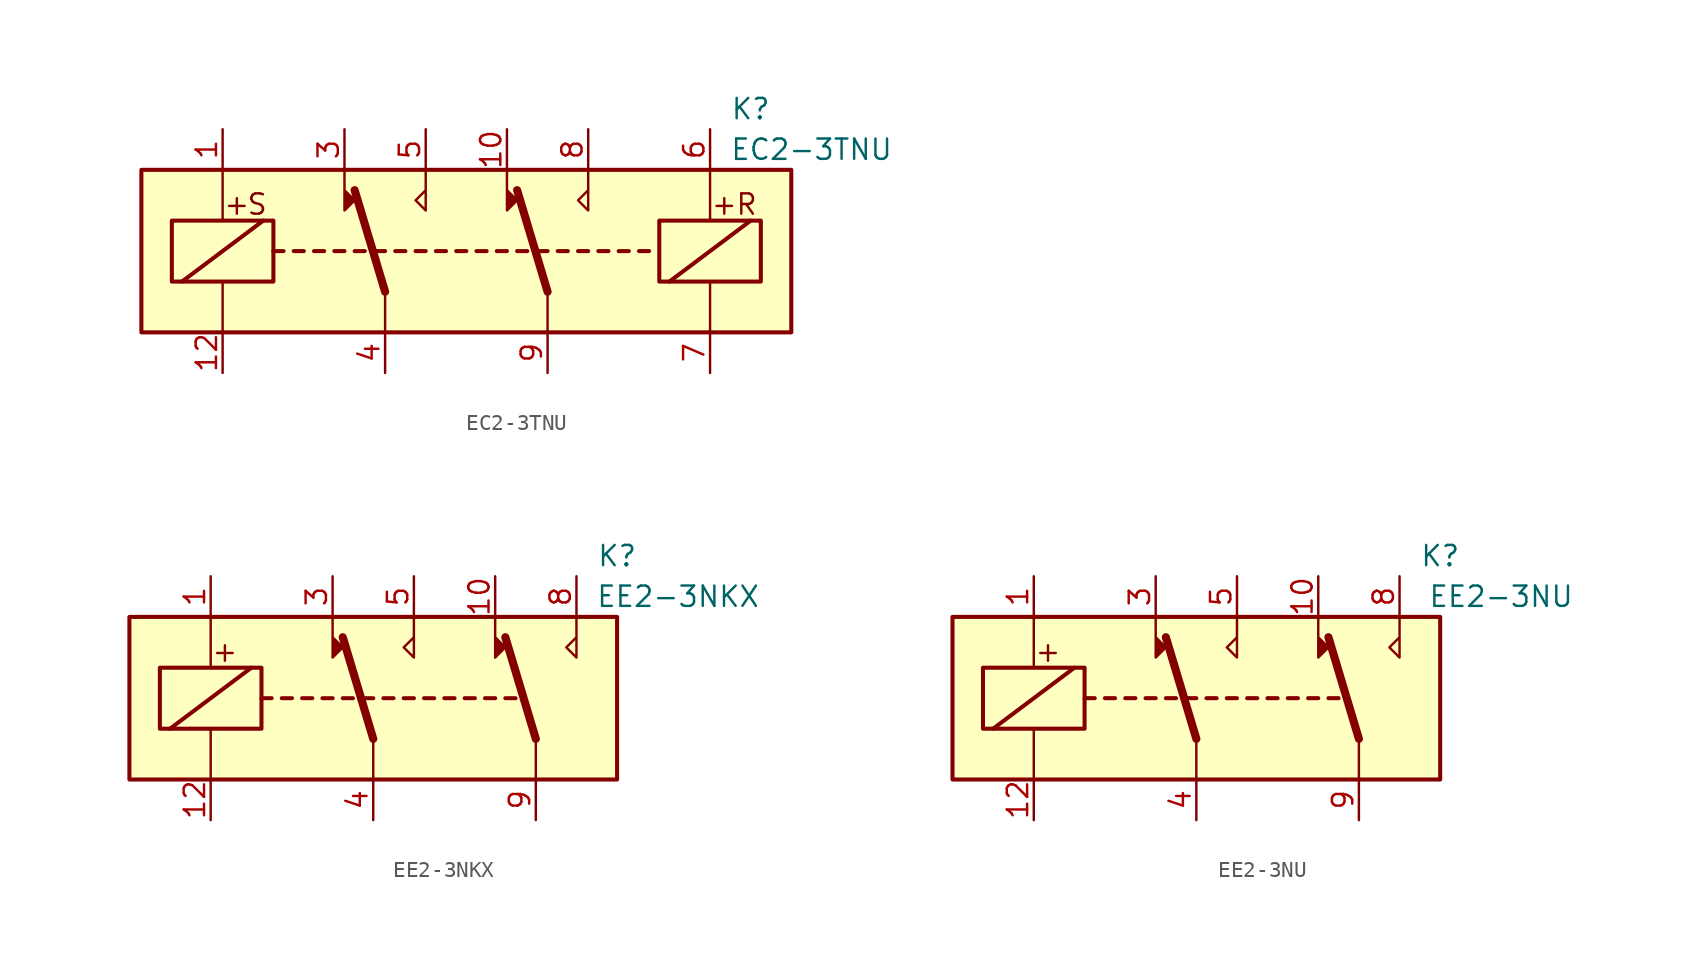
<source format=kicad_sym>
(kicad_symbol_lib
  (version 20201005)
  (generator kicad_symbol_editor)
  (symbol "Relay:EC2-3TNU"
    (property "Reference" "K"
      (at 17.78 8.89 0)
      (effects (font (size 1.27 1.27))))
    (property "Value" "EC2-3TNU"
      (at 21.59 6.35 0)
      (effects (font (size 1.27 1.27))))
    (symbol "EC2-3TNU_1_1"
      (text "+" (at -14.351 2.921 0) (effects (font (size 1.27 1.27))))
      (text "+" (at 16.129 2.921 0) (effects (font (size 1.27 1.27))))
      (text "R" (at 17.526 2.921 0) (effects (font (size 1.27 1.27))))
      (text "S" (at -13.081 2.921 0) (effects (font (size 1.27 1.27))))
      (rectangle (start -20.32 5.08) (end 20.32 -5.08) (stroke (width 0.254)) (fill (type background)))
      (rectangle (start -18.415 1.905) (end -12.065 -1.905) (stroke (width 0.254)) (fill (type none)))
      (rectangle (start 12.065 1.905) (end 18.415 -1.905) (stroke (width 0.254)) (fill (type none)))
      (polyline (pts (xy -17.78 -1.905) (xy -12.7 1.905)) (stroke (width 0.254)) (fill (type none)))
      (polyline (pts (xy -15.24 -5.08) (xy -15.24 -1.905)) (stroke (width 0)) (fill (type none)))
      (polyline (pts (xy -15.24 5.08) (xy -15.24 1.905)) (stroke (width 0)) (fill (type none)))
      (polyline (pts (xy -12.065 0) (xy -11.43 0)) (stroke (width 0.254)) (fill (type none)))
      (polyline (pts (xy -10.795 0) (xy -10.16 0)) (stroke (width 0.254)) (fill (type none)))
      (polyline (pts (xy -9.525 0) (xy -8.89 0)) (stroke (width 0.254)) (fill (type none)))
      (polyline (pts (xy -8.255 0) (xy -7.62 0)) (stroke (width 0.254)) (fill (type none)))
      (polyline (pts (xy -6.985 0) (xy -6.35 0)) (stroke (width 0.254)) (fill (type none)))
      (polyline (pts (xy -5.715 0) (xy -5.08 0)) (stroke (width 0.254)) (fill (type none)))
      (polyline (pts (xy -5.08 -2.54) (xy -6.985 3.81)) (stroke (width 0.508)) (fill (type none)))
      (polyline (pts (xy -5.08 -2.54) (xy -5.08 -5.08)) (stroke (width 0)) (fill (type none)))
      (polyline (pts (xy -4.445 0) (xy -3.81 0)) (stroke (width 0.254)) (fill (type none)))
      (polyline (pts (xy -3.175 0) (xy -2.54 0)) (stroke (width 0.254)) (fill (type none)))
      (polyline (pts (xy -1.905 0) (xy -1.27 0)) (stroke (width 0.254)) (fill (type none)))
      (polyline (pts (xy -0.635 0) (xy 0 0)) (stroke (width 0.254)) (fill (type none)))
      (polyline (pts (xy 0.635 0) (xy 1.27 0)) (stroke (width 0.254)) (fill (type none)))
      (polyline (pts (xy 1.905 0) (xy 2.54 0)) (stroke (width 0.254)) (fill (type none)))
      (polyline (pts (xy 3.175 0) (xy 3.81 0)) (stroke (width 0.254)) (fill (type none)))
      (polyline (pts (xy 4.445 0) (xy 5.08 0)) (stroke (width 0.254)) (fill (type none)))
      (polyline (pts (xy 5.08 -2.54) (xy 3.175 3.81)) (stroke (width 0.508)) (fill (type none)))
      (polyline (pts (xy 5.08 -2.54) (xy 5.08 -5.08)) (stroke (width 0)) (fill (type none)))
      (polyline (pts (xy 5.715 0) (xy 6.35 0)) (stroke (width 0.254)) (fill (type none)))
      (polyline (pts (xy 6.985 0) (xy 7.62 0)) (stroke (width 0.254)) (fill (type none)))
      (polyline (pts (xy 8.255 0) (xy 8.89 0)) (stroke (width 0.254)) (fill (type none)))
      (polyline (pts (xy 9.525 0) (xy 10.16 0)) (stroke (width 0.254)) (fill (type none)))
      (polyline (pts (xy 10.795 0) (xy 11.43 0)) (stroke (width 0.254)) (fill (type none)))
      (polyline (pts (xy 12.7 -1.905) (xy 17.78 1.905)) (stroke (width 0.254)) (fill (type none)))
      (polyline (pts (xy 15.24 -5.08) (xy 15.24 -1.905)) (stroke (width 0)) (fill (type none)))
      (polyline (pts (xy 15.24 5.08) (xy 15.24 1.905)) (stroke (width 0)) (fill (type none)))
      (polyline (pts (xy -7.62 5.08) (xy -7.62 2.54) (xy -6.985 3.175) (xy -7.62 3.81)) (stroke (width 0)) (fill (type outline)))
      (polyline (pts (xy -2.54 5.08) (xy -2.54 2.54) (xy -3.175 3.175) (xy -2.54 3.81)) (stroke (width 0)) (fill (type none)))
      (polyline (pts (xy 2.54 5.08) (xy 2.54 2.54) (xy 3.175 3.175) (xy 2.54 3.81)) (stroke (width 0)) (fill (type outline)))
      (polyline (pts (xy 7.62 5.08) (xy 7.62 2.54) (xy 6.985 3.175) (xy 7.62 3.81)) (stroke (width 0)) (fill (type none)))
      (pin passive line (at -15.24 7.62 270) (length 2.54) (name "~" (effects (font (size 1.27 1.27)))) (number "1" (effects (font (size 1.27 1.27)))))
      (pin passive line (at 2.54 7.62 270) (length 2.54) (name "~" (effects (font (size 1.27 1.27)))) (number "10" (effects (font (size 1.27 1.27)))))
      (pin passive line (at -15.24 -7.62 90) (length 2.54) (name "~" (effects (font (size 1.27 1.27)))) (number "12" (effects (font (size 1.27 1.27)))))
      (pin passive line (at -7.62 7.62 270) (length 2.54) (name "~" (effects (font (size 1.27 1.27)))) (number "3" (effects (font (size 1.27 1.27)))))
      (pin passive line (at -5.08 -7.62 90) (length 2.54) (name "~" (effects (font (size 1.27 1.27)))) (number "4" (effects (font (size 1.27 1.27)))))
      (pin passive line (at -2.54 7.62 270) (length 2.54) (name "~" (effects (font (size 1.27 1.27)))) (number "5" (effects (font (size 1.27 1.27)))))
      (pin passive line (at 15.24 7.62 270) (length 2.54) (name "~" (effects (font (size 1.27 1.27)))) (number "6" (effects (font (size 1.27 1.27)))))
      (pin passive line (at 15.24 -7.62 90) (length 2.54) (name "~" (effects (font (size 1.27 1.27)))) (number "7" (effects (font (size 1.27 1.27)))))
      (pin passive line (at 7.62 7.62 270) (length 2.54) (name "~" (effects (font (size 1.27 1.27)))) (number "8" (effects (font (size 1.27 1.27)))))
      (pin passive line (at 5.08 -7.62 90) (length 2.54) (name "~" (effects (font (size 1.27 1.27)))) (number "9" (effects (font (size 1.27 1.27)))))))
  (symbol "Relay:EE2-3NKX"
    (property "Reference" "K"
      (at 15.24 8.89 0)
      (effects (font (size 1.27 1.27))))
    (property "Value" "EE2-3NKX"
      (at 19.05 6.35 0)
      (effects (font (size 1.27 1.27))))
    (symbol "EE2-3NKX_1_1"
      (text "+" (at -9.271 2.921 0) (effects (font (size 1.27 1.27))))
      (rectangle (start -15.24 5.08) (end 15.24 -5.08) (stroke (width 0.254)) (fill (type background)))
      (rectangle (start -13.335 1.905) (end -6.985 -1.905) (stroke (width 0.254)) (fill (type none)))
      (polyline (pts (xy -12.7 -1.905) (xy -7.62 1.905)) (stroke (width 0.254)) (fill (type none)))
      (polyline (pts (xy -10.16 -5.08) (xy -10.16 -1.905)) (stroke (width 0)) (fill (type none)))
      (polyline (pts (xy -10.16 5.08) (xy -10.16 1.905)) (stroke (width 0)) (fill (type none)))
      (polyline (pts (xy -6.985 0) (xy -6.35 0)) (stroke (width 0.254)) (fill (type none)))
      (polyline (pts (xy -5.715 0) (xy -5.08 0)) (stroke (width 0.254)) (fill (type none)))
      (polyline (pts (xy -4.445 0) (xy -3.81 0)) (stroke (width 0.254)) (fill (type none)))
      (polyline (pts (xy -3.175 0) (xy -2.54 0)) (stroke (width 0.254)) (fill (type none)))
      (polyline (pts (xy -1.905 0) (xy -1.27 0)) (stroke (width 0.254)) (fill (type none)))
      (polyline (pts (xy -0.635 0) (xy 0 0)) (stroke (width 0.254)) (fill (type none)))
      (polyline (pts (xy 0 -2.54) (xy -1.905 3.81)) (stroke (width 0.508)) (fill (type none)))
      (polyline (pts (xy 0 -2.54) (xy 0 -5.08)) (stroke (width 0)) (fill (type none)))
      (polyline (pts (xy 0.635 0) (xy 1.27 0)) (stroke (width 0.254)) (fill (type none)))
      (polyline (pts (xy 1.905 0) (xy 2.54 0)) (stroke (width 0.254)) (fill (type none)))
      (polyline (pts (xy 3.175 0) (xy 3.81 0)) (stroke (width 0.254)) (fill (type none)))
      (polyline (pts (xy 4.445 0) (xy 5.08 0)) (stroke (width 0.254)) (fill (type none)))
      (polyline (pts (xy 5.715 0) (xy 6.35 0)) (stroke (width 0.254)) (fill (type none)))
      (polyline (pts (xy 6.985 0) (xy 7.62 0)) (stroke (width 0.254)) (fill (type none)))
      (polyline (pts (xy 8.255 0) (xy 8.89 0)) (stroke (width 0.254)) (fill (type none)))
      (polyline (pts (xy 10.16 -2.54) (xy 8.255 3.81)) (stroke (width 0.508)) (fill (type none)))
      (polyline (pts (xy 10.16 -2.54) (xy 10.16 -5.08)) (stroke (width 0)) (fill (type none)))
      (polyline (pts (xy -2.54 5.08) (xy -2.54 2.54) (xy -1.905 3.175) (xy -2.54 3.81)) (stroke (width 0)) (fill (type outline)))
      (polyline (pts (xy 2.54 5.08) (xy 2.54 2.54) (xy 1.905 3.175) (xy 2.54 3.81)) (stroke (width 0)) (fill (type none)))
      (polyline (pts (xy 7.62 5.08) (xy 7.62 2.54) (xy 8.255 3.175) (xy 7.62 3.81)) (stroke (width 0)) (fill (type outline)))
      (polyline (pts (xy 12.7 5.08) (xy 12.7 2.54) (xy 12.065 3.175) (xy 12.7 3.81)) (stroke (width 0)) (fill (type none)))
      (pin passive line (at -10.16 7.62 270) (length 2.54) (name "~" (effects (font (size 1.27 1.27)))) (number "1" (effects (font (size 1.27 1.27)))))
      (pin passive line (at 7.62 7.62 270) (length 2.54) (name "~" (effects (font (size 1.27 1.27)))) (number "10" (effects (font (size 1.27 1.27)))))
      (pin passive line (at -10.16 -7.62 90) (length 2.54) (name "~" (effects (font (size 1.27 1.27)))) (number "12" (effects (font (size 1.27 1.27)))))
      (pin passive line (at -2.54 7.62 270) (length 2.54) (name "~" (effects (font (size 1.27 1.27)))) (number "3" (effects (font (size 1.27 1.27)))))
      (pin passive line (at 0 -7.62 90) (length 2.54) (name "~" (effects (font (size 1.27 1.27)))) (number "4" (effects (font (size 1.27 1.27)))))
      (pin passive line (at 2.54 7.62 270) (length 2.54) (name "~" (effects (font (size 1.27 1.27)))) (number "5" (effects (font (size 1.27 1.27)))))
      (pin passive line (at 12.7 7.62 270) (length 2.54) (name "~" (effects (font (size 1.27 1.27)))) (number "8" (effects (font (size 1.27 1.27)))))
      (pin passive line (at 10.16 -7.62 90) (length 2.54) (name "~" (effects (font (size 1.27 1.27)))) (number "9" (effects (font (size 1.27 1.27)))))))
  (symbol "Relay:EE2-3NU"
    (property "Reference" "K"
      (at 15.24 8.89 0)
      (effects (font (size 1.27 1.27))))
    (property "Value" "EE2-3NU"
      (at 19.05 6.35 0)
      (effects (font (size 1.27 1.27))))
    (symbol "EE2-3NU_1_1"
      (text "+" (at -9.271 2.921 0) (effects (font (size 1.27 1.27))))
      (rectangle (start -15.24 5.08) (end 15.24 -5.08) (stroke (width 0.254)) (fill (type background)))
      (rectangle (start -13.335 1.905) (end -6.985 -1.905) (stroke (width 0.254)) (fill (type none)))
      (polyline (pts (xy -12.7 -1.905) (xy -7.62 1.905)) (stroke (width 0.254)) (fill (type none)))
      (polyline (pts (xy -10.16 -5.08) (xy -10.16 -1.905)) (stroke (width 0)) (fill (type none)))
      (polyline (pts (xy -10.16 5.08) (xy -10.16 1.905)) (stroke (width 0)) (fill (type none)))
      (polyline (pts (xy -6.985 0) (xy -6.35 0)) (stroke (width 0.254)) (fill (type none)))
      (polyline (pts (xy -5.715 0) (xy -5.08 0)) (stroke (width 0.254)) (fill (type none)))
      (polyline (pts (xy -4.445 0) (xy -3.81 0)) (stroke (width 0.254)) (fill (type none)))
      (polyline (pts (xy -3.175 0) (xy -2.54 0)) (stroke (width 0.254)) (fill (type none)))
      (polyline (pts (xy -1.905 0) (xy -1.27 0)) (stroke (width 0.254)) (fill (type none)))
      (polyline (pts (xy -0.635 0) (xy 0 0)) (stroke (width 0.254)) (fill (type none)))
      (polyline (pts (xy 0 -2.54) (xy -1.905 3.81)) (stroke (width 0.508)) (fill (type none)))
      (polyline (pts (xy 0 -2.54) (xy 0 -5.08)) (stroke (width 0)) (fill (type none)))
      (polyline (pts (xy 0.635 0) (xy 1.27 0)) (stroke (width 0.254)) (fill (type none)))
      (polyline (pts (xy 1.905 0) (xy 2.54 0)) (stroke (width 0.254)) (fill (type none)))
      (polyline (pts (xy 3.175 0) (xy 3.81 0)) (stroke (width 0.254)) (fill (type none)))
      (polyline (pts (xy 4.445 0) (xy 5.08 0)) (stroke (width 0.254)) (fill (type none)))
      (polyline (pts (xy 5.715 0) (xy 6.35 0)) (stroke (width 0.254)) (fill (type none)))
      (polyline (pts (xy 6.985 0) (xy 7.62 0)) (stroke (width 0.254)) (fill (type none)))
      (polyline (pts (xy 8.255 0) (xy 8.89 0)) (stroke (width 0.254)) (fill (type none)))
      (polyline (pts (xy 10.16 -2.54) (xy 8.255 3.81)) (stroke (width 0.508)) (fill (type none)))
      (polyline (pts (xy 10.16 -2.54) (xy 10.16 -5.08)) (stroke (width 0)) (fill (type none)))
      (polyline (pts (xy -2.54 5.08) (xy -2.54 2.54) (xy -1.905 3.175) (xy -2.54 3.81)) (stroke (width 0)) (fill (type outline)))
      (polyline (pts (xy 2.54 5.08) (xy 2.54 2.54) (xy 1.905 3.175) (xy 2.54 3.81)) (stroke (width 0)) (fill (type none)))
      (polyline (pts (xy 7.62 5.08) (xy 7.62 2.54) (xy 8.255 3.175) (xy 7.62 3.81)) (stroke (width 0)) (fill (type outline)))
      (polyline (pts (xy 12.7 5.08) (xy 12.7 2.54) (xy 12.065 3.175) (xy 12.7 3.81)) (stroke (width 0)) (fill (type none)))
      (pin passive line (at -10.16 7.62 270) (length 2.54) (name "~" (effects (font (size 1.27 1.27)))) (number "1" (effects (font (size 1.27 1.27)))))
      (pin passive line (at 7.62 7.62 270) (length 2.54) (name "~" (effects (font (size 1.27 1.27)))) (number "10" (effects (font (size 1.27 1.27)))))
      (pin passive line (at -10.16 -7.62 90) (length 2.54) (name "~" (effects (font (size 1.27 1.27)))) (number "12" (effects (font (size 1.27 1.27)))))
      (pin passive line (at -2.54 7.62 270) (length 2.54) (name "~" (effects (font (size 1.27 1.27)))) (number "3" (effects (font (size 1.27 1.27)))))
      (pin passive line (at 0 -7.62 90) (length 2.54) (name "~" (effects (font (size 1.27 1.27)))) (number "4" (effects (font (size 1.27 1.27)))))
      (pin passive line (at 2.54 7.62 270) (length 2.54) (name "~" (effects (font (size 1.27 1.27)))) (number "5" (effects (font (size 1.27 1.27)))))
      (pin passive line (at 12.7 7.62 270) (length 2.54) (name "~" (effects (font (size 1.27 1.27)))) (number "8" (effects (font (size 1.27 1.27)))))
      (pin passive line (at 10.16 -7.62 90) (length 2.54) (name "~" (effects (font (size 1.27 1.27)))) (number "9" (effects (font (size 1.27 1.27))))))))
</source>
